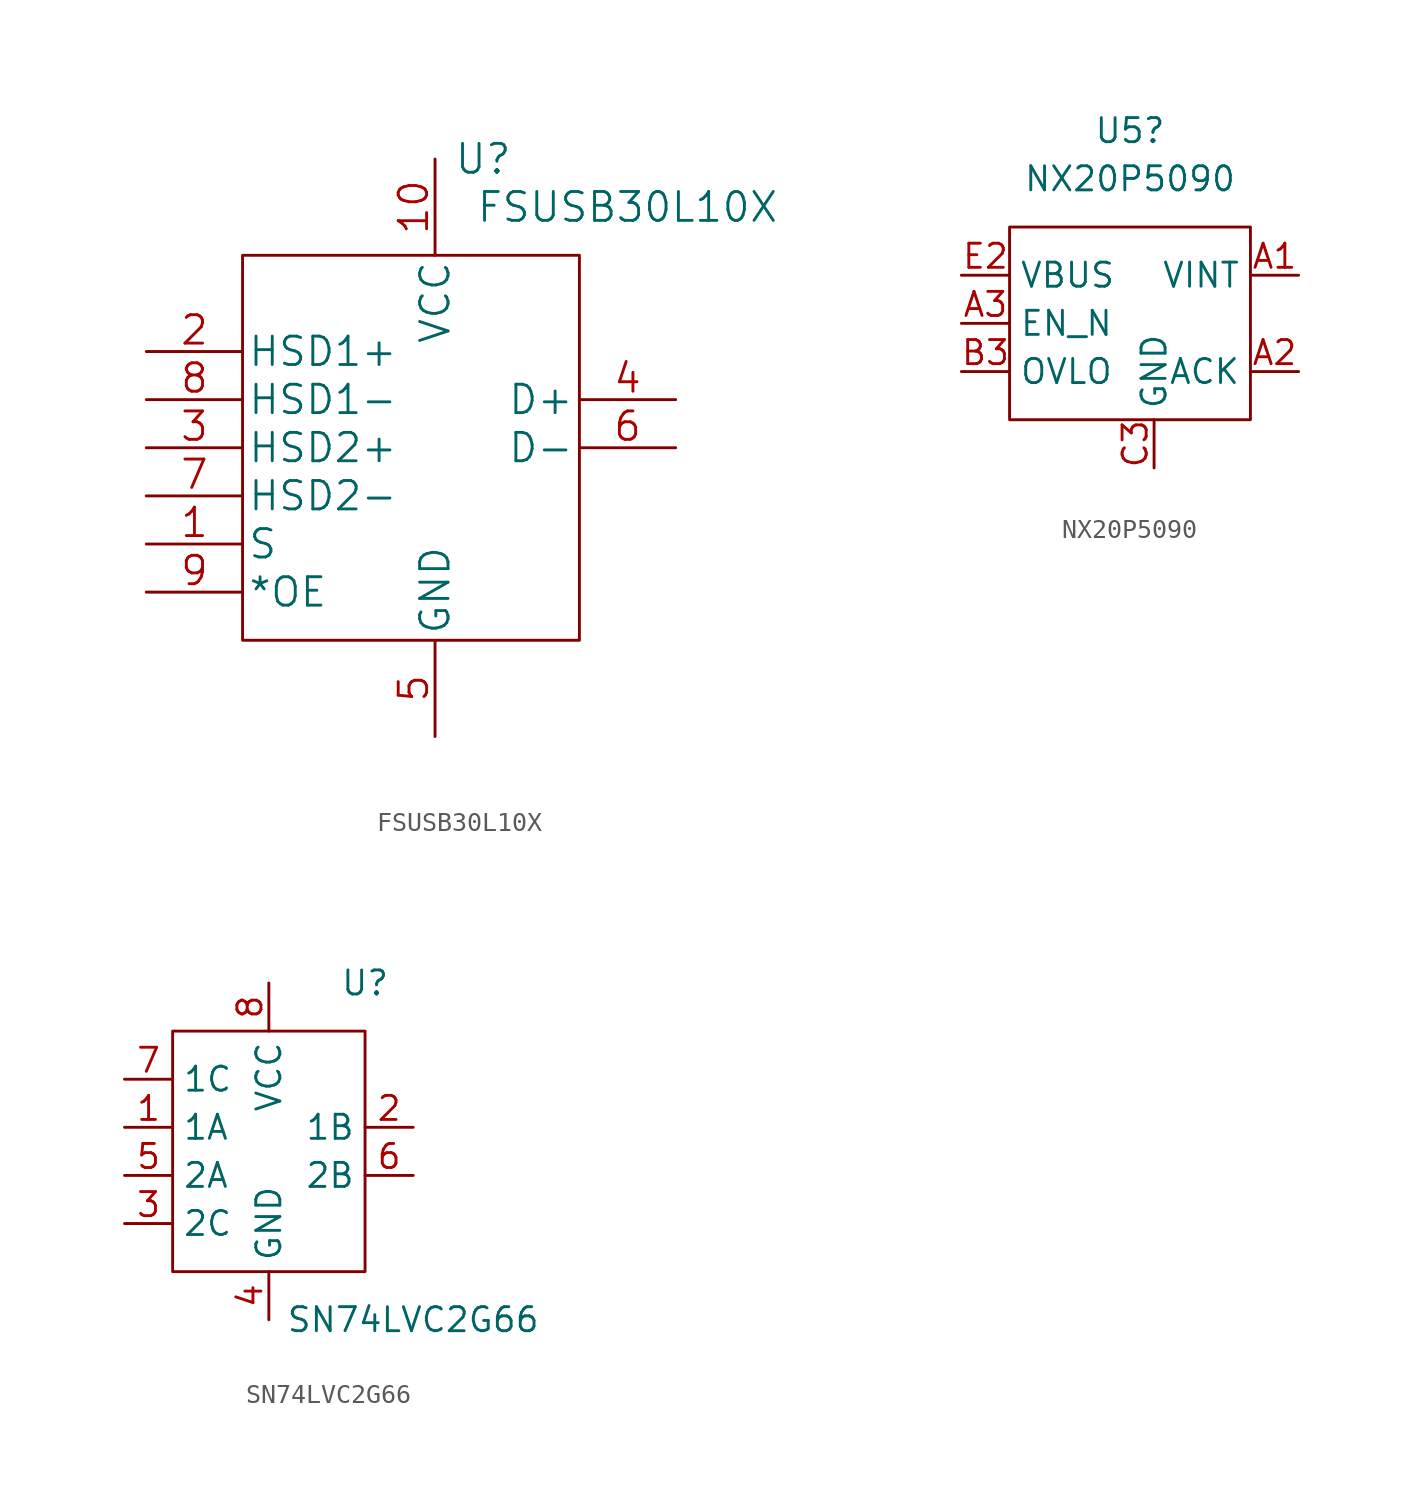
<source format=kicad_sym>
(kicad_symbol_lib
  (version 20211014)
  (generator kicad_symbol_editor)
  (symbol "FSUSB30L10X"
    (pin_names
      (offset 0.254))
    (property "Reference" "U"
      (at 2.54 15.24 0)
      (effects (font (size 1.524 1.524))))
    (property "Value" "FSUSB30L10X"
      (at 10.16 12.7 0)
      (effects (font (size 1.524 1.524))))
    (property "Datasheet" ""
      (at 0 15.24 0)
      (effects (font (size 1.524 1.524))))
    (property "ki_locked" ""
      (at 0 0 0)
      (effects (font (size 1.27 1.27))))
    (symbol "FSUSB30L10X_1_1"
      (rectangle (start -10.16 10.16) (end 7.62 -10.16) (stroke (width 0.152) (type default) (color 0 0 0 0)) (fill (type none)))
      (pin input line (at -15.24 -5.08 0) (length 5.08) (name "S" (effects (font (size 1.499 1.499)))) (number "1" (effects (font (size 1.499 1.499)))))
      (pin power_in line (at 0 15.24 270) (length 5.08) (name "VCC" (effects (font (size 1.499 1.499)))) (number "10" (effects (font (size 1.499 1.499)))))
      (pin bidirectional line (at -15.24 5.08 0) (length 5.08) (name "HSD1+" (effects (font (size 1.499 1.499)))) (number "2" (effects (font (size 1.499 1.499)))))
      (pin bidirectional line (at -15.24 0 0) (length 5.08) (name "HSD2+" (effects (font (size 1.499 1.499)))) (number "3" (effects (font (size 1.499 1.499)))))
      (pin bidirectional line (at 12.7 2.54 180) (length 5.08) (name "D+" (effects (font (size 1.499 1.499)))) (number "4" (effects (font (size 1.499 1.499)))))
      (pin power_in line (at 0 -15.24 90) (length 5.08) (name "GND" (effects (font (size 1.499 1.499)))) (number "5" (effects (font (size 1.499 1.499)))))
      (pin bidirectional line (at 12.7 0 180) (length 5.08) (name "D-" (effects (font (size 1.499 1.499)))) (number "6" (effects (font (size 1.499 1.499)))))
      (pin bidirectional line (at -15.24 -2.54 0) (length 5.08) (name "HSD2-" (effects (font (size 1.499 1.499)))) (number "7" (effects (font (size 1.499 1.499)))))
      (pin bidirectional line (at -15.24 2.54 0) (length 5.08) (name "HSD1-" (effects (font (size 1.499 1.499)))) (number "8" (effects (font (size 1.499 1.499)))))
      (pin input line (at -15.24 -7.62 0) (length 5.08) (name "*OE" (effects (font (size 1.499 1.499)))) (number "9" (effects (font (size 1.499 1.499)))))))
  (symbol "NX20P5090"
    (property "Reference" "U5"
      (at -1.27 10.16 0)
      (effects (font (size 1.27 1.27))))
    (property "Value" "NX20P5090"
      (at -1.27 7.62 0)
      (effects (font (size 1.27 1.27))))
    (symbol "NX20P5090_0_0"
      (pin power_out line (at 7.62 2.54 180) (length 2.54) (name "VINT" (effects (font (size 1.27 1.27)))) (number "A1" (effects (font (size 1.27 1.27)))))
      (pin output line (at 7.62 -2.54 180) (length 2.54) (name "ACK" (effects (font (size 1.27 1.27)))) (number "A2" (effects (font (size 1.27 1.27)))))
      (pin input line (at -10.16 0 0) (length 2.54) (name "EN_N" (effects (font (size 1.27 1.27)))) (number "A3" (effects (font (size 1.27 1.27)))))
      (pin passive line (at 7.62 2.54 180) (length 2.54) hide (name "VINT" (effects (font (size 1.27 1.27)))) (number "B1" (effects (font (size 1.27 1.27)))))
      (pin power_in line (at -10.16 2.54 0) (length 2.54) hide (name "VBUS" (effects (font (size 1.27 1.27)))) (number "B2" (effects (font (size 1.27 1.27)))))
      (pin input line (at -10.16 -2.54 0) (length 2.54) (name "OVLO" (effects (font (size 1.27 1.27)))) (number "B3" (effects (font (size 1.27 1.27)))))
      (pin passive line (at 7.62 2.54 180) (length 2.54) hide (name "VINT" (effects (font (size 1.27 1.27)))) (number "C1" (effects (font (size 1.27 1.27)))))
      (pin passive line (at -10.16 2.54 0) (length 2.54) hide (name "VBUS" (effects (font (size 1.27 1.27)))) (number "C2" (effects (font (size 1.27 1.27)))))
      (pin power_in line (at 0 -7.62 90) (length 2.54) (name "GND" (effects (font (size 1.27 1.27)))) (number "C3" (effects (font (size 1.27 1.27)))))
      (pin passive line (at 7.62 2.54 180) (length 2.54) hide (name "VINT" (effects (font (size 1.27 1.27)))) (number "D1" (effects (font (size 1.27 1.27)))))
      (pin passive line (at -10.16 2.54 0) (length 2.54) hide (name "VBUS" (effects (font (size 1.27 1.27)))) (number "D2" (effects (font (size 1.27 1.27)))))
      (pin power_in line (at 0 -7.62 90) (length 2.54) hide (name "GND" (effects (font (size 1.27 1.27)))) (number "D3" (effects (font (size 1.27 1.27)))))
      (pin passive line (at -10.16 2.54 0) (length 2.54) hide (name "VBUS" (effects (font (size 1.27 1.27)))) (number "E1" (effects (font (size 1.27 1.27)))))
      (pin passive line (at -10.16 2.54 0) (length 2.54) (name "VBUS" (effects (font (size 1.27 1.27)))) (number "E2" (effects (font (size 1.27 1.27)))))
      (pin power_in line (at 0 -7.62 90) (length 2.54) hide (name "GND" (effects (font (size 1.27 1.27)))) (number "E3" (effects (font (size 1.27 1.27))))))
    (symbol "NX20P5090_0_1"
      (rectangle (start -7.62 5.08) (end 5.08 -5.08) (stroke (width 0.152) (type default) (color 0 0 0 0)) (fill (type none)))))
  (symbol "SN74LVC2G66"
    (property "Reference" "U"
      (at 5.08 7.62 0)
      (effects (font (size 1.27 1.27))))
    (property "Value" "SN74LVC2G66"
      (at 7.62 -10.16 0)
      (effects (font (size 1.27 1.27))))
    (symbol "SN74LVC2G66_0_0"
      (pin bidirectional line (at -7.62 0 0) (length 2.54) (name "1A" (effects (font (size 1.27 1.27)))) (number "1" (effects (font (size 1.27 1.27)))))
      (pin bidirectional line (at 7.62 0 180) (length 2.54) (name "1B" (effects (font (size 1.27 1.27)))) (number "2" (effects (font (size 1.27 1.27)))))
      (pin input line (at -7.62 -5.08 0) (length 2.54) (name "2C" (effects (font (size 1.27 1.27)))) (number "3" (effects (font (size 1.27 1.27)))))
      (pin power_in line (at 0 -10.16 90) (length 2.54) (name "GND" (effects (font (size 1.27 1.27)))) (number "4" (effects (font (size 1.27 1.27)))))
      (pin bidirectional line (at -7.62 -2.54 0) (length 2.54) (name "2A" (effects (font (size 1.27 1.27)))) (number "5" (effects (font (size 1.27 1.27)))))
      (pin bidirectional line (at 7.62 -2.54 180) (length 2.54) (name "2B" (effects (font (size 1.27 1.27)))) (number "6" (effects (font (size 1.27 1.27)))))
      (pin input line (at -7.62 2.54 0) (length 2.54) (name "1C" (effects (font (size 1.27 1.27)))) (number "7" (effects (font (size 1.27 1.27)))))
      (pin power_in line (at 0 7.62 270) (length 2.54) (name "VCC" (effects (font (size 1.27 1.27)))) (number "8" (effects (font (size 1.27 1.27))))))
    (symbol "SN74LVC2G66_0_1"
      (rectangle (start -5.08 5.08) (end 5.08 -7.62) (stroke (width 0.152) (type default) (color 0 0 0 0)) (fill (type none))))))
</source>
